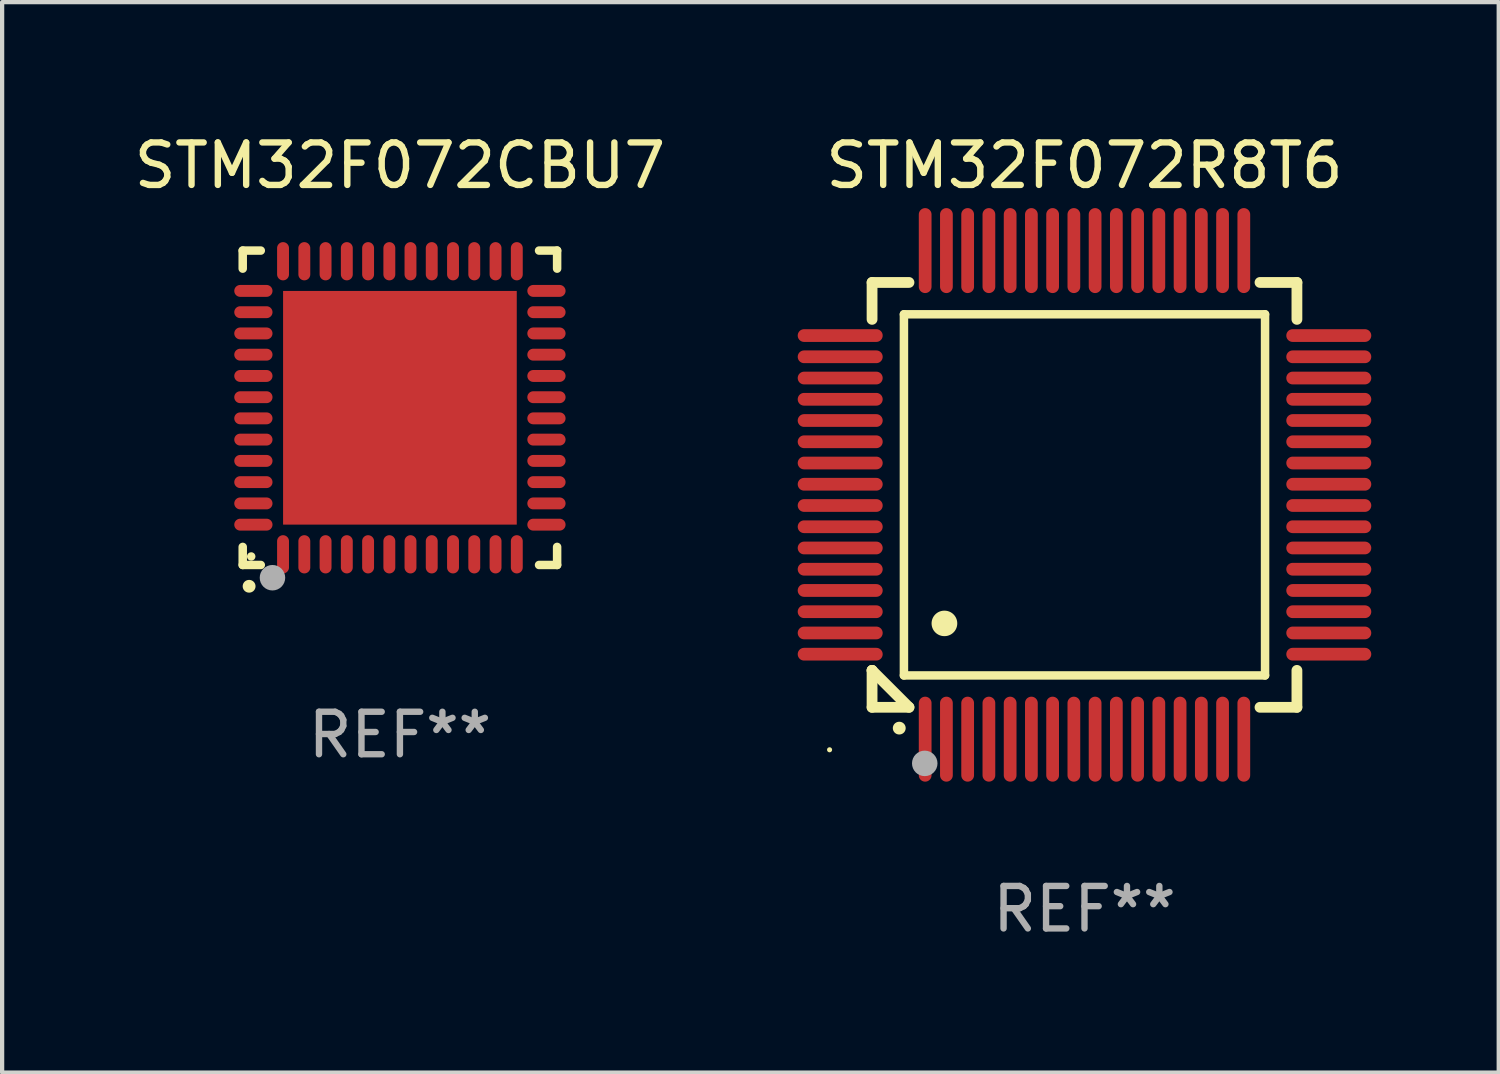
<source format=kicad_pcb>
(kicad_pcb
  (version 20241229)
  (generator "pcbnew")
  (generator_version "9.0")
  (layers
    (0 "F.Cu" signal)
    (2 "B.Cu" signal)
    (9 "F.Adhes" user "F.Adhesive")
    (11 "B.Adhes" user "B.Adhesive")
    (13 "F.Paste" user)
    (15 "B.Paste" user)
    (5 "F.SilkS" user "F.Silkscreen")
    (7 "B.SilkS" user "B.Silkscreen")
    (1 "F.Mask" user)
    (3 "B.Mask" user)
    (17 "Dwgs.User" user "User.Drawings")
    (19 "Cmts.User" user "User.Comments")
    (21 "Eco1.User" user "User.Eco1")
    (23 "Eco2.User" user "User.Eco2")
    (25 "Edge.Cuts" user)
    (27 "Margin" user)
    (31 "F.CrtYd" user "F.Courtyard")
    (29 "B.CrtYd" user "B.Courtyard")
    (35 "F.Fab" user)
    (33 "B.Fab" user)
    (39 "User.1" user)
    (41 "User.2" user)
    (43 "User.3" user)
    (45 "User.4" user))
  (footprint "STM32F072R8T6"
    (layer "F.Cu")
    (at 22.476 8.598)
    (property "Reference" "STM32F072R8T6" (at 0 -7.75 0) (layer "F.SilkS") (effects (font (size 1 1) (thickness 0.15))))
    (attr through_hole)
    (fp_line (start -5 -5) (end -4.131 -5) (stroke (width 0.254) (type solid)) (layer "F.SilkS"))
    (fp_line (start -5 -4.131) (end -5 -5) (stroke (width 0.254) (type solid)) (layer "F.SilkS"))
    (fp_line (start -5 4.131) (end -5 4.131) (stroke (width 0.254) (type solid)) (layer "F.SilkS"))
    (fp_line (start -5 5) (end -5 4.131) (stroke (width 0.254) (type solid)) (layer "F.SilkS"))
    (fp_line (start -5 4.131) (end -4.131 5) (stroke (width 0.254) (type solid)) (layer "F.SilkS"))
    (fp_line (start -4.25 -4.25) (end -4.25 4.25) (stroke (width 0.2) (type solid)) (layer "F.SilkS"))
    (fp_line (start -4.25 4.25) (end 4.25 4.25) (stroke (width 0.2) (type solid)) (layer "F.SilkS"))
    (fp_line (start -4.131 5) (end -5 5) (stroke (width 0.254) (type solid)) (layer "F.SilkS"))
    (fp_line (start 4.25 -4.25) (end -4.25 -4.25) (stroke (width 0.2) (type solid)) (layer "F.SilkS"))
    (fp_line (start 4.25 4.25) (end 4.25 -4.25) (stroke (width 0.2) (type solid)) (layer "F.SilkS"))
    (fp_line (start 5 -5) (end 4.131 -5) (stroke (width 0.254) (type solid)) (layer "F.SilkS"))
    (fp_line (start 5 -5) (end 5 -4.131) (stroke (width 0.254) (type solid)) (layer "F.SilkS"))
    (fp_line (start 5 4.131) (end 5 5) (stroke (width 0.254) (type solid)) (layer "F.SilkS"))
    (fp_line (start 5 5) (end 4.131 5) (stroke (width 0.254) (type solid)) (layer "F.SilkS"))
    (fp_arc (start -4.361265 5.489992) (mid -4.359995 5.489987) (end -4.358725 5.489992) (stroke (width 0.3) (type solid)) (layer "F.SilkS"))
    (fp_arc (start -3.299467 3.025146) (mid -3.296927 3.025135) (end -3.294387 3.025146) (stroke (width 0.6) (type solid)) (layer "F.SilkS"))
    (fp_circle (center -6 6) (end -5.97 6) (stroke (width 0.06) (type solid)) (fill no) (layer "F.SilkS"))
    (fp_circle (center -3.76 6.32) (end -3.61 6.32) (stroke (width 0.3) (type solid)) (fill no) (layer "F.Fab"))
    (fp_text user "REF**" (at 0 9.75 0) (layer "F.Fab") (effects (font (size 1 1) (thickness 0.15))))
    (pad "1" smd oval (at -3.75 5.75) (size 0.3 2) (layers "F.Cu" "F.Mask" "F.Paste"))
    (pad "2" smd oval (at -3.25 5.75) (size 0.3 2) (layers "F.Cu" "F.Mask" "F.Paste"))
    (pad "3" smd oval (at -2.75 5.75) (size 0.3 2) (layers "F.Cu" "F.Mask" "F.Paste"))
    (pad "4" smd oval (at -2.25 5.75) (size 0.3 2) (layers "F.Cu" "F.Mask" "F.Paste"))
    (pad "5" smd oval (at -1.75 5.75) (size 0.3 2) (layers "F.Cu" "F.Mask" "F.Paste"))
    (pad "6" smd oval (at -1.25 5.75) (size 0.3 2) (layers "F.Cu" "F.Mask" "F.Paste"))
    (pad "7" smd oval (at -0.75 5.75) (size 0.3 2) (layers "F.Cu" "F.Mask" "F.Paste"))
    (pad "8" smd oval (at -0.25 5.75) (size 0.3 2) (layers "F.Cu" "F.Mask" "F.Paste"))
    (pad "9" smd oval (at 0.25 5.75) (size 0.3 2) (layers "F.Cu" "F.Mask" "F.Paste"))
    (pad "10" smd oval (at 0.75 5.75) (size 0.3 2) (layers "F.Cu" "F.Mask" "F.Paste"))
    (pad "11" smd oval (at 1.25 5.75) (size 0.3 2) (layers "F.Cu" "F.Mask" "F.Paste"))
    (pad "12" smd oval (at 1.75 5.75) (size 0.3 2) (layers "F.Cu" "F.Mask" "F.Paste"))
    (pad "13" smd oval (at 2.25 5.75) (size 0.3 2) (layers "F.Cu" "F.Mask" "F.Paste"))
    (pad "14" smd oval (at 2.75 5.75) (size 0.3 2) (layers "F.Cu" "F.Mask" "F.Paste"))
    (pad "15" smd oval (at 3.25 5.75) (size 0.3 2) (layers "F.Cu" "F.Mask" "F.Paste"))
    (pad "16" smd oval (at 3.75 5.75) (size 0.3 2) (layers "F.Cu" "F.Mask" "F.Paste"))
    (pad "17" smd oval (at 5.75 3.75) (size 2 0.3) (layers "F.Cu" "F.Mask" "F.Paste"))
    (pad "18" smd oval (at 5.75 3.25) (size 2 0.3) (layers "F.Cu" "F.Mask" "F.Paste"))
    (pad "19" smd oval (at 5.75 2.75) (size 2 0.3) (layers "F.Cu" "F.Mask" "F.Paste"))
    (pad "20" smd oval (at 5.75 2.25) (size 2 0.3) (layers "F.Cu" "F.Mask" "F.Paste"))
    (pad "21" smd oval (at 5.75 1.75) (size 2 0.3) (layers "F.Cu" "F.Mask" "F.Paste"))
    (pad "22" smd oval (at 5.75 1.25) (size 2 0.3) (layers "F.Cu" "F.Mask" "F.Paste"))
    (pad "23" smd oval (at 5.75 0.75) (size 2 0.3) (layers "F.Cu" "F.Mask" "F.Paste"))
    (pad "24" smd oval (at 5.75 0.25) (size 2 0.3) (layers "F.Cu" "F.Mask" "F.Paste"))
    (pad "25" smd oval (at 5.75 -0.25) (size 2 0.3) (layers "F.Cu" "F.Mask" "F.Paste"))
    (pad "26" smd oval (at 5.75 -0.75) (size 2 0.3) (layers "F.Cu" "F.Mask" "F.Paste"))
    (pad "27" smd oval (at 5.75 -1.25) (size 2 0.3) (layers "F.Cu" "F.Mask" "F.Paste"))
    (pad "28" smd oval (at 5.75 -1.75) (size 2 0.3) (layers "F.Cu" "F.Mask" "F.Paste"))
    (pad "29" smd oval (at 5.75 -2.25) (size 2 0.3) (layers "F.Cu" "F.Mask" "F.Paste"))
    (pad "30" smd oval (at 5.75 -2.75) (size 2 0.3) (layers "F.Cu" "F.Mask" "F.Paste"))
    (pad "31" smd oval (at 5.75 -3.25) (size 2 0.3) (layers "F.Cu" "F.Mask" "F.Paste"))
    (pad "32" smd oval (at 5.75 -3.75) (size 2 0.3) (layers "F.Cu" "F.Mask" "F.Paste"))
    (pad "33" smd oval (at 3.75 -5.75) (size 0.3 2) (layers "F.Cu" "F.Mask" "F.Paste"))
    (pad "34" smd oval (at 3.25 -5.75) (size 0.3 2) (layers "F.Cu" "F.Mask" "F.Paste"))
    (pad "35" smd oval (at 2.75 -5.75) (size 0.3 2) (layers "F.Cu" "F.Mask" "F.Paste"))
    (pad "36" smd oval (at 2.25 -5.75) (size 0.3 2) (layers "F.Cu" "F.Mask" "F.Paste"))
    (pad "37" smd oval (at 1.75 -5.75) (size 0.3 2) (layers "F.Cu" "F.Mask" "F.Paste"))
    (pad "38" smd oval (at 1.25 -5.75) (size 0.3 2) (layers "F.Cu" "F.Mask" "F.Paste"))
    (pad "39" smd oval (at 0.75 -5.75) (size 0.3 2) (layers "F.Cu" "F.Mask" "F.Paste"))
    (pad "40" smd oval (at 0.25 -5.75) (size 0.3 2) (layers "F.Cu" "F.Mask" "F.Paste"))
    (pad "41" smd oval (at -0.25 -5.75) (size 0.3 2) (layers "F.Cu" "F.Mask" "F.Paste"))
    (pad "42" smd oval (at -0.75 -5.75) (size 0.3 2) (layers "F.Cu" "F.Mask" "F.Paste"))
    (pad "43" smd oval (at -1.25 -5.75) (size 0.3 2) (layers "F.Cu" "F.Mask" "F.Paste"))
    (pad "44" smd oval (at -1.75 -5.75) (size 0.3 2) (layers "F.Cu" "F.Mask" "F.Paste"))
    (pad "45" smd oval (at -2.25 -5.75) (size 0.3 2) (layers "F.Cu" "F.Mask" "F.Paste"))
    (pad "46" smd oval (at -2.75 -5.75) (size 0.3 2) (layers "F.Cu" "F.Mask" "F.Paste"))
    (pad "47" smd oval (at -3.25 -5.75) (size 0.3 2) (layers "F.Cu" "F.Mask" "F.Paste"))
    (pad "48" smd oval (at -3.75 -5.75) (size 0.3 2) (layers "F.Cu" "F.Mask" "F.Paste"))
    (pad "49" smd oval (at -5.75 -3.75) (size 2 0.3) (layers "F.Cu" "F.Mask" "F.Paste"))
    (pad "50" smd oval (at -5.75 -3.25) (size 2 0.3) (layers "F.Cu" "F.Mask" "F.Paste"))
    (pad "51" smd oval (at -5.75 -2.75) (size 2 0.3) (layers "F.Cu" "F.Mask" "F.Paste"))
    (pad "52" smd oval (at -5.75 -2.25) (size 2 0.3) (layers "F.Cu" "F.Mask" "F.Paste"))
    (pad "53" smd oval (at -5.75 -1.75) (size 2 0.3) (layers "F.Cu" "F.Mask" "F.Paste"))
    (pad "54" smd oval (at -5.75 -1.25) (size 2 0.3) (layers "F.Cu" "F.Mask" "F.Paste"))
    (pad "55" smd oval (at -5.75 -0.75) (size 2 0.3) (layers "F.Cu" "F.Mask" "F.Paste"))
    (pad "56" smd oval (at -5.75 -0.25) (size 2 0.3) (layers "F.Cu" "F.Mask" "F.Paste"))
    (pad "57" smd oval (at -5.75 0.25) (size 2 0.3) (layers "F.Cu" "F.Mask" "F.Paste"))
    (pad "58" smd oval (at -5.75 0.75) (size 2 0.3) (layers "F.Cu" "F.Mask" "F.Paste"))
    (pad "59" smd oval (at -5.75 1.25) (size 2 0.3) (layers "F.Cu" "F.Mask" "F.Paste"))
    (pad "60" smd oval (at -5.75 1.75) (size 2 0.3) (layers "F.Cu" "F.Mask" "F.Paste"))
    (pad "61" smd oval (at -5.75 2.25) (size 2 0.3) (layers "F.Cu" "F.Mask" "F.Paste"))
    (pad "62" smd oval (at -5.75 2.75) (size 2 0.3) (layers "F.Cu" "F.Mask" "F.Paste"))
    (pad "63" smd oval (at -5.75 3.25) (size 2 0.3) (layers "F.Cu" "F.Mask" "F.Paste"))
    (pad "64" smd oval (at -5.75 3.75) (size 2 0.3) (layers "F.Cu" "F.Mask" "F.Paste")))
  (footprint "STM32F072CBU7"
    (layer "F.Cu")
    (at 6.363 6.548)
    (property "Reference" "STM32F072CBU7" (at 0 -5.7 0) (layer "F.SilkS") (effects (font (size 1 1) (thickness 0.15))))
    (attr through_hole)
    (fp_line (start -3.7 -3.7) (end -3.275 -3.7) (stroke (width 0.2) (type solid)) (layer "F.SilkS"))
    (fp_line (start -3.7 -3.275) (end -3.7 -3.7) (stroke (width 0.2) (type solid)) (layer "F.SilkS"))
    (fp_line (start -3.7 3.7) (end -3.7 3.275) (stroke (width 0.2) (type solid)) (layer "F.SilkS"))
    (fp_line (start -3.275 3.7) (end -3.7 3.7) (stroke (width 0.2) (type solid)) (layer "F.SilkS"))
    (fp_line (start 3.7 -3.7) (end 3.275 -3.7) (stroke (width 0.2) (type solid)) (layer "F.SilkS"))
    (fp_line (start 3.7 -3.275) (end 3.7 -3.7) (stroke (width 0.2) (type solid)) (layer "F.SilkS"))
    (fp_line (start 3.7 3.275) (end 3.7 3.7) (stroke (width 0.2) (type solid)) (layer "F.SilkS"))
    (fp_line (start 3.7 3.7) (end 3.275 3.7) (stroke (width 0.2) (type solid)) (layer "F.SilkS"))
    (fp_arc (start -3.550927 4.201168) (mid -3.549657 4.201163) (end -3.548387 4.201168) (stroke (width 0.3) (type solid)) (layer "F.SilkS"))
    (fp_circle (center -3.5 3.5) (end -3.45 3.5) (stroke (width 0.1) (type solid)) (fill no) (layer "F.SilkS"))
    (fp_circle (center -3 4) (end -2.85 4) (stroke (width 0.3) (type solid)) (fill no) (layer "F.Fab"))
    (fp_text user "REF**" (at 0 7.7 0) (layer "F.Fab") (effects (font (size 1 1) (thickness 0.15))))
    (pad "1" smd oval (at -2.751 3.449) (size 0.28 0.9) (layers "F.Cu" "F.Mask" "F.Paste"))
    (pad "2" smd oval (at -2.25 3.449) (size 0.28 0.9) (layers "F.Cu" "F.Mask" "F.Paste"))
    (pad "3" smd oval (at -1.75 3.449) (size 0.28 0.9) (layers "F.Cu" "F.Mask" "F.Paste"))
    (pad "4" smd oval (at -1.25 3.449) (size 0.28 0.9) (layers "F.Cu" "F.Mask" "F.Paste"))
    (pad "5" smd oval (at -0.749 3.449) (size 0.28 0.9) (layers "F.Cu" "F.Mask" "F.Paste"))
    (pad "6" smd oval (at -0.249 3.449) (size 0.28 0.9) (layers "F.Cu" "F.Mask" "F.Paste"))
    (pad "7" smd oval (at 0.249 3.449) (size 0.28 0.9) (layers "F.Cu" "F.Mask" "F.Paste"))
    (pad "8" smd oval (at 0.749 3.449) (size 0.28 0.9) (layers "F.Cu" "F.Mask" "F.Paste"))
    (pad "9" smd oval (at 1.25 3.449) (size 0.28 0.9) (layers "F.Cu" "F.Mask" "F.Paste"))
    (pad "10" smd oval (at 1.75 3.449) (size 0.28 0.9) (layers "F.Cu" "F.Mask" "F.Paste"))
    (pad "11" smd oval (at 2.251 3.449) (size 0.28 0.9) (layers "F.Cu" "F.Mask" "F.Paste"))
    (pad "12" smd oval (at 2.751 3.449) (size 0.28 0.9) (layers "F.Cu" "F.Mask" "F.Paste"))
    (pad "13" smd oval (at 3.449 2.751) (size 0.9 0.28) (layers "F.Cu" "F.Mask" "F.Paste"))
    (pad "14" smd oval (at 3.449 2.251) (size 0.9 0.28) (layers "F.Cu" "F.Mask" "F.Paste"))
    (pad "15" smd oval (at 3.449 1.75) (size 0.9 0.28) (layers "F.Cu" "F.Mask" "F.Paste"))
    (pad "16" smd oval (at 3.449 1.25) (size 0.9 0.28) (layers "F.Cu" "F.Mask" "F.Paste"))
    (pad "17" smd oval (at 3.449 0.749) (size 0.9 0.28) (layers "F.Cu" "F.Mask" "F.Paste"))
    (pad "18" smd oval (at 3.449 0.249) (size 0.9 0.28) (layers "F.Cu" "F.Mask" "F.Paste"))
    (pad "19" smd oval (at 3.449 -0.249) (size 0.9 0.28) (layers "F.Cu" "F.Mask" "F.Paste"))
    (pad "20" smd oval (at 3.449 -0.749) (size 0.9 0.28) (layers "F.Cu" "F.Mask" "F.Paste"))
    (pad "21" smd oval (at 3.449 -1.25) (size 0.9 0.28) (layers "F.Cu" "F.Mask" "F.Paste"))
    (pad "22" smd oval (at 3.449 -1.75) (size 0.9 0.28) (layers "F.Cu" "F.Mask" "F.Paste"))
    (pad "23" smd oval (at 3.449 -2.25) (size 0.9 0.28) (layers "F.Cu" "F.Mask" "F.Paste"))
    (pad "24" smd oval (at 3.449 -2.751) (size 0.9 0.28) (layers "F.Cu" "F.Mask" "F.Paste"))
    (pad "25" smd oval (at 2.751 -3.449) (size 0.28 0.9) (layers "F.Cu" "F.Mask" "F.Paste"))
    (pad "26" smd oval (at 2.251 -3.449) (size 0.28 0.9) (layers "F.Cu" "F.Mask" "F.Paste"))
    (pad "27" smd oval (at 1.75 -3.449) (size 0.28 0.9) (layers "F.Cu" "F.Mask" "F.Paste"))
    (pad "28" smd oval (at 1.25 -3.449) (size 0.28 0.9) (layers "F.Cu" "F.Mask" "F.Paste"))
    (pad "29" smd oval (at 0.749 -3.449) (size 0.28 0.9) (layers "F.Cu" "F.Mask" "F.Paste"))
    (pad "30" smd oval (at 0.249 -3.449) (size 0.28 0.9) (layers "F.Cu" "F.Mask" "F.Paste"))
    (pad "31" smd oval (at -0.249 -3.449) (size 0.28 0.9) (layers "F.Cu" "F.Mask" "F.Paste"))
    (pad "32" smd oval (at -0.749 -3.449) (size 0.28 0.9) (layers "F.Cu" "F.Mask" "F.Paste"))
    (pad "33" smd oval (at -1.25 -3.449) (size 0.28 0.9) (layers "F.Cu" "F.Mask" "F.Paste"))
    (pad "34" smd oval (at -1.75 -3.449) (size 0.28 0.9) (layers "F.Cu" "F.Mask" "F.Paste"))
    (pad "35" smd oval (at -2.25 -3.449) (size 0.28 0.9) (layers "F.Cu" "F.Mask" "F.Paste"))
    (pad "36" smd oval (at -2.751 -3.449) (size 0.28 0.9) (layers "F.Cu" "F.Mask" "F.Paste"))
    (pad "37" smd oval (at -3.449 -2.751) (size 0.9 0.28) (layers "F.Cu" "F.Mask" "F.Paste"))
    (pad "38" smd oval (at -3.449 -2.25) (size 0.9 0.28) (layers "F.Cu" "F.Mask" "F.Paste"))
    (pad "39" smd oval (at -3.449 -1.75) (size 0.9 0.28) (layers "F.Cu" "F.Mask" "F.Paste"))
    (pad "40" smd oval (at -3.449 -1.25) (size 0.9 0.28) (layers "F.Cu" "F.Mask" "F.Paste"))
    (pad "41" smd oval (at -3.449 -0.749) (size 0.9 0.28) (layers "F.Cu" "F.Mask" "F.Paste"))
    (pad "42" smd oval (at -3.449 -0.249) (size 0.9 0.28) (layers "F.Cu" "F.Mask" "F.Paste"))
    (pad "43" smd oval (at -3.449 0.249) (size 0.9 0.28) (layers "F.Cu" "F.Mask" "F.Paste"))
    (pad "44" smd oval (at -3.449 0.749) (size 0.9 0.28) (layers "F.Cu" "F.Mask" "F.Paste"))
    (pad "45" smd oval (at -3.449 1.25) (size 0.9 0.28) (layers "F.Cu" "F.Mask" "F.Paste"))
    (pad "46" smd oval (at -3.449 1.75) (size 0.9 0.28) (layers "F.Cu" "F.Mask" "F.Paste"))
    (pad "47" smd oval (at -3.449 2.251) (size 0.9 0.28) (layers "F.Cu" "F.Mask" "F.Paste"))
    (pad "48" smd oval (at -3.449 2.751) (size 0.9 0.28) (layers "F.Cu" "F.Mask" "F.Paste"))
    (pad "49" smd rect (at 0.000076 0.000076) (size 5.5 5.5) (layers "F.Cu" "F.Mask" "F.Paste")))
  (gr_rect
    (start -3 -3)
    (end 32.226 22.196)
    (stroke (width 0.1) (type default))
    (fill no)
    (layer "Edge.Cuts")))
</source>
